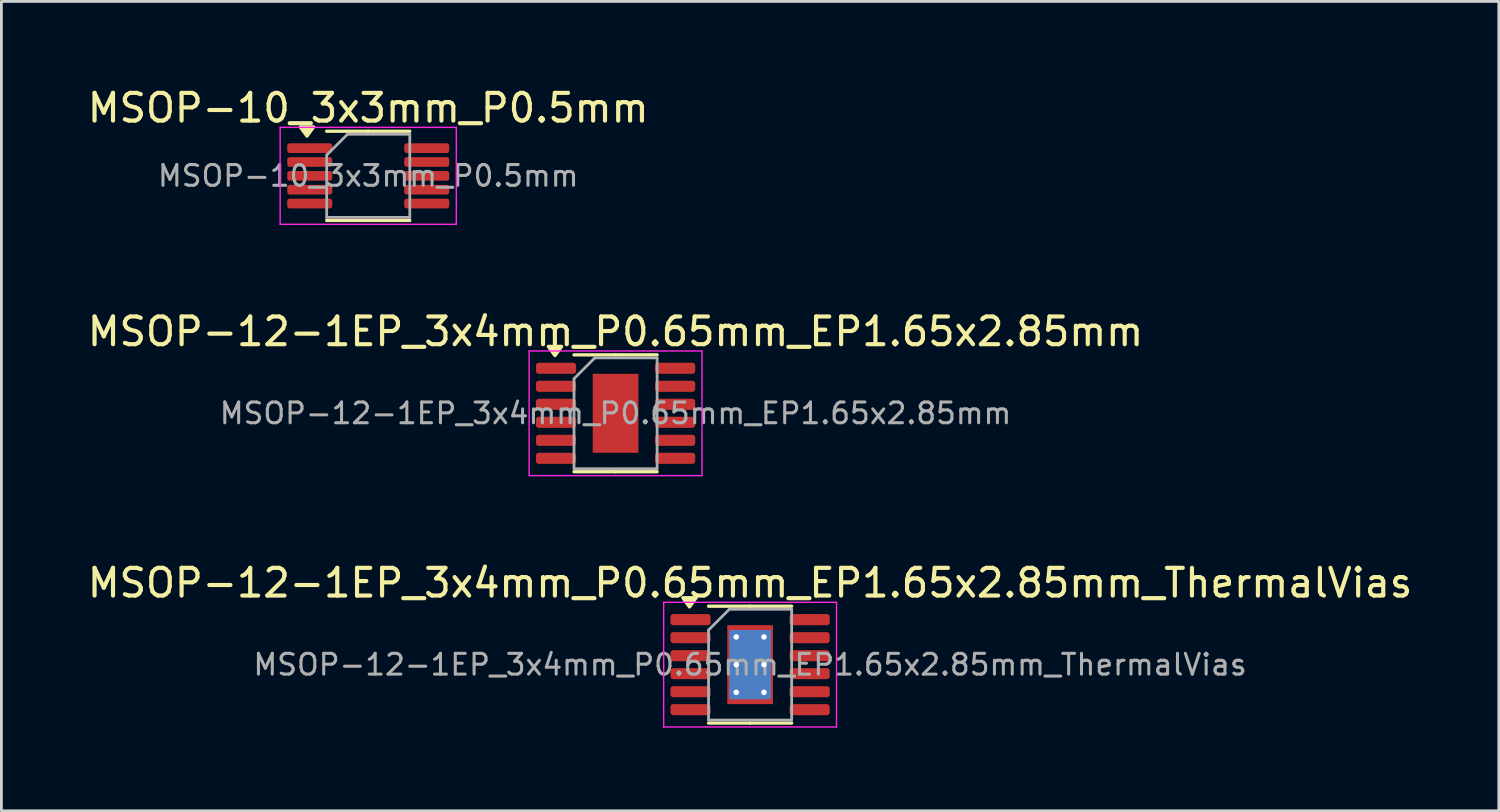
<source format=kicad_pcb>
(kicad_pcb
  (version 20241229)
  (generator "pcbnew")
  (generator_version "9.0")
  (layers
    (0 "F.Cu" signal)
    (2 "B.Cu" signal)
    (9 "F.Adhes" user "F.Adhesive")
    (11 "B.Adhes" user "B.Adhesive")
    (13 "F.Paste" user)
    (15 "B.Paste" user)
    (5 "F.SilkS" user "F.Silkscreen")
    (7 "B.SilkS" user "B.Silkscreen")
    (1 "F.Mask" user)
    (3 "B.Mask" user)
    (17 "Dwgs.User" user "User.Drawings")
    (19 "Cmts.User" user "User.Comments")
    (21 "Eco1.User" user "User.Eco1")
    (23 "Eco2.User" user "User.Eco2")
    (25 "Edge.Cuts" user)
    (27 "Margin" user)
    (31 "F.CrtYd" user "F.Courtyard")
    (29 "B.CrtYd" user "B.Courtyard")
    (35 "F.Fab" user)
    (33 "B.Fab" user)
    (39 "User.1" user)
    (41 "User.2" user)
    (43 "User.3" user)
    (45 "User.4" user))
  (footprint "MSOP-10_3x3mm_P0.5mm"
    (layer "F.Cu")
    (at 10.244 3.298)
    (property "Reference" "MSOP-10_3x3mm_P0.5mm" (at 0 -2.45 0) (layer "F.SilkS") (effects (font (size 1 1) (thickness 0.15))))
    (attr smd)
    (fp_line (start 0 -1.61) (end -1.5 -1.61) (stroke (width 0.12) (type solid)) (layer "F.SilkS"))
    (fp_line (start 0 -1.61) (end 1.5 -1.61) (stroke (width 0.12) (type solid)) (layer "F.SilkS"))
    (fp_line (start 0 1.61) (end -1.5 1.61) (stroke (width 0.12) (type solid)) (layer "F.SilkS"))
    (fp_line (start 0 1.61) (end 1.5 1.61) (stroke (width 0.12) (type solid)) (layer "F.SilkS"))
    (fp_poly (pts (xy -2.212 -1.435) (xy -2.453 -1.765) (xy -1.972 -1.765) (xy -2.212 -1.435)) (stroke (width 0.12) (type solid)) (fill yes) (layer "F.SilkS"))
    (fp_line (start -3.18 -1.75) (end -3.18 1.75) (stroke (width 0.05) (type solid)) (layer "F.CrtYd"))
    (fp_line (start -3.18 1.75) (end 3.18 1.75) (stroke (width 0.05) (type solid)) (layer "F.CrtYd"))
    (fp_line (start 3.18 -1.75) (end -3.18 -1.75) (stroke (width 0.05) (type solid)) (layer "F.CrtYd"))
    (fp_line (start 3.18 1.75) (end 3.18 -1.75) (stroke (width 0.05) (type solid)) (layer "F.CrtYd"))
    (fp_line (start -1.5 -0.75) (end -0.75 -1.5) (stroke (width 0.1) (type solid)) (layer "F.Fab"))
    (fp_line (start -1.5 1.5) (end -1.5 -0.75) (stroke (width 0.1) (type solid)) (layer "F.Fab"))
    (fp_line (start -0.75 -1.5) (end 1.5 -1.5) (stroke (width 0.1) (type solid)) (layer "F.Fab"))
    (fp_line (start 1.5 -1.5) (end 1.5 1.5) (stroke (width 0.1) (type solid)) (layer "F.Fab"))
    (fp_line (start 1.5 1.5) (end -1.5 1.5) (stroke (width 0.1) (type solid)) (layer "F.Fab"))
    (fp_text user "${REFERENCE}" (at 0 0 0) (layer "F.Fab") (effects (font (size 0.75 0.75) (thickness 0.11))))
    (pad "1" smd roundrect (at -2.112 -1) (size 1.625 0.35) (layers "F.Cu" "F.Mask" "F.Paste") (roundrect_rratio 0.25))
    (pad "2" smd roundrect (at -2.112 -0.5) (size 1.625 0.35) (layers "F.Cu" "F.Mask" "F.Paste") (roundrect_rratio 0.25))
    (pad "3" smd roundrect (at -2.112 0) (size 1.625 0.35) (layers "F.Cu" "F.Mask" "F.Paste") (roundrect_rratio 0.25))
    (pad "4" smd roundrect (at -2.112 0.5) (size 1.625 0.35) (layers "F.Cu" "F.Mask" "F.Paste") (roundrect_rratio 0.25))
    (pad "5" smd roundrect (at -2.112 1) (size 1.625 0.35) (layers "F.Cu" "F.Mask" "F.Paste") (roundrect_rratio 0.25))
    (pad "6" smd roundrect (at 2.112 1) (size 1.625 0.35) (layers "F.Cu" "F.Mask" "F.Paste") (roundrect_rratio 0.25))
    (pad "7" smd roundrect (at 2.112 0.5) (size 1.625 0.35) (layers "F.Cu" "F.Mask" "F.Paste") (roundrect_rratio 0.25))
    (pad "8" smd roundrect (at 2.112 0) (size 1.625 0.35) (layers "F.Cu" "F.Mask" "F.Paste") (roundrect_rratio 0.25))
    (pad "9" smd roundrect (at 2.112 -0.5) (size 1.625 0.35) (layers "F.Cu" "F.Mask" "F.Paste") (roundrect_rratio 0.25))
    (pad "10" smd roundrect (at 2.112 -1) (size 1.625 0.35) (layers "F.Cu" "F.Mask" "F.Paste") (roundrect_rratio 0.25)))
  (footprint "MSOP-12-1EP_3x4mm_P0.65mm_EP1.65x2.85mm_ThermalVias"
    (layer "F.Cu")
    (at 24.03 20.945)
    (property "Reference" "MSOP-12-1EP_3x4mm_P0.65mm_EP1.65x2.85mm_ThermalVias" (at 0 -2.95 0) (layer "F.SilkS") (effects (font (size 1 1) (thickness 0.15))))
    (attr smd)
    (fp_line (start 0 -2.11) (end -1.5 -2.11) (stroke (width 0.12) (type solid)) (layer "F.SilkS"))
    (fp_line (start 0 -2.11) (end 1.5 -2.11) (stroke (width 0.12) (type solid)) (layer "F.SilkS"))
    (fp_line (start 0 2.11) (end -1.5 2.11) (stroke (width 0.12) (type solid)) (layer "F.SilkS"))
    (fp_line (start 0 2.11) (end 1.5 2.11) (stroke (width 0.12) (type solid)) (layer "F.SilkS"))
    (fp_poly (pts (xy -2.188 -2.085) (xy -2.428 -2.415) (xy -1.948 -2.415) (xy -2.188 -2.085)) (stroke (width 0.12) (type solid)) (fill yes) (layer "F.SilkS"))
    (fp_line (start -3.12 -2.25) (end -3.12 2.25) (stroke (width 0.05) (type solid)) (layer "F.CrtYd"))
    (fp_line (start -3.12 2.25) (end 3.12 2.25) (stroke (width 0.05) (type solid)) (layer "F.CrtYd"))
    (fp_line (start 3.12 -2.25) (end -3.12 -2.25) (stroke (width 0.05) (type solid)) (layer "F.CrtYd"))
    (fp_line (start 3.12 2.25) (end 3.12 -2.25) (stroke (width 0.05) (type solid)) (layer "F.CrtYd"))
    (fp_line (start -1.5 -1.25) (end -0.75 -2) (stroke (width 0.1) (type solid)) (layer "F.Fab"))
    (fp_line (start -1.5 2) (end -1.5 -1.25) (stroke (width 0.1) (type solid)) (layer "F.Fab"))
    (fp_line (start -0.75 -2) (end 1.5 -2) (stroke (width 0.1) (type solid)) (layer "F.Fab"))
    (fp_line (start 1.5 -2) (end 1.5 2) (stroke (width 0.1) (type solid)) (layer "F.Fab"))
    (fp_line (start 1.5 2) (end -1.5 2) (stroke (width 0.1) (type solid)) (layer "F.Fab"))
    (fp_text user "${REFERENCE}" (at 0 0 0) (layer "F.Fab") (effects (font (size 0.75 0.75) (thickness 0.11))))
    (pad "" smd roundrect (at -0.41 -0.71) (size 0.69 1.19) (layers "F.Paste") (roundrect_rratio 0.25))
    (pad "" smd roundrect (at -0.41 0.71) (size 0.69 1.19) (layers "F.Paste") (roundrect_rratio 0.25))
    (pad "" smd roundrect (at 0.41 -0.71) (size 0.69 1.19) (layers "F.Paste") (roundrect_rratio 0.25))
    (pad "" smd roundrect (at 0.41 0.71) (size 0.69 1.19) (layers "F.Paste") (roundrect_rratio 0.25))
    (pad "1" smd roundrect (at -2.15 -1.625) (size 1.45 0.4) (layers "F.Cu" "F.Mask" "F.Paste") (roundrect_rratio 0.25))
    (pad "2" smd roundrect (at -2.15 -0.975) (size 1.45 0.4) (layers "F.Cu" "F.Mask" "F.Paste") (roundrect_rratio 0.25))
    (pad "3" smd roundrect (at -2.15 -0.325) (size 1.45 0.4) (layers "F.Cu" "F.Mask" "F.Paste") (roundrect_rratio 0.25))
    (pad "4" smd roundrect (at -2.15 0.325) (size 1.45 0.4) (layers "F.Cu" "F.Mask" "F.Paste") (roundrect_rratio 0.25))
    (pad "5" smd roundrect (at -2.15 0.975) (size 1.45 0.4) (layers "F.Cu" "F.Mask" "F.Paste") (roundrect_rratio 0.25))
    (pad "6" smd roundrect (at -2.15 1.625) (size 1.45 0.4) (layers "F.Cu" "F.Mask" "F.Paste") (roundrect_rratio 0.25))
    (pad "7" smd roundrect (at 2.15 1.625) (size 1.45 0.4) (layers "F.Cu" "F.Mask" "F.Paste") (roundrect_rratio 0.25))
    (pad "8" smd roundrect (at 2.15 0.975) (size 1.45 0.4) (layers "F.Cu" "F.Mask" "F.Paste") (roundrect_rratio 0.25))
    (pad "9" smd roundrect (at 2.15 0.325) (size 1.45 0.4) (layers "F.Cu" "F.Mask" "F.Paste") (roundrect_rratio 0.25))
    (pad "10" smd roundrect (at 2.15 -0.325) (size 1.45 0.4) (layers "F.Cu" "F.Mask" "F.Paste") (roundrect_rratio 0.25))
    (pad "11" smd roundrect (at 2.15 -0.975) (size 1.45 0.4) (layers "F.Cu" "F.Mask" "F.Paste") (roundrect_rratio 0.25))
    (pad "12" smd roundrect (at 2.15 -1.625) (size 1.45 0.4) (layers "F.Cu" "F.Mask" "F.Paste") (roundrect_rratio 0.25))
    (pad "13" thru_hole circle (at -0.5 -1) (size 0.5 0.5) (drill 0.2) (property pad_prop_heatsink) (layers "*.Cu"))
    (pad "13" thru_hole circle (at -0.5 0) (size 0.5 0.5) (drill 0.2) (property pad_prop_heatsink) (layers "*.Cu"))
    (pad "13" thru_hole circle (at -0.5 1) (size 0.5 0.5) (drill 0.2) (property pad_prop_heatsink) (layers "*.Cu"))
    (pad "13" smd rect (at 0 0) (size 1.5 2.5) (property pad_prop_heatsink) (layers "B.Cu"))
    (pad "13" smd rect (at 0 0) (size 1.65 2.85) (property pad_prop_heatsink) (layers "F.Cu" "F.Mask"))
    (pad "13" thru_hole circle (at 0.5 -1) (size 0.5 0.5) (drill 0.2) (property pad_prop_heatsink) (layers "*.Cu"))
    (pad "13" thru_hole circle (at 0.5 0) (size 0.5 0.5) (drill 0.2) (property pad_prop_heatsink) (layers "*.Cu"))
    (pad "13" thru_hole circle (at 0.5 1) (size 0.5 0.5) (drill 0.2) (property pad_prop_heatsink) (layers "*.Cu")))
  (footprint "MSOP-12-1EP_3x4mm_P0.65mm_EP1.65x2.85mm"
    (layer "F.Cu")
    (at 19.173 11.871)
    (property "Reference" "MSOP-12-1EP_3x4mm_P0.65mm_EP1.65x2.85mm" (at 0 -2.95 0) (layer "F.SilkS") (effects (font (size 1 1) (thickness 0.15))))
    (attr smd)
    (fp_line (start 0 -2.11) (end -1.5 -2.11) (stroke (width 0.12) (type solid)) (layer "F.SilkS"))
    (fp_line (start 0 -2.11) (end 1.5 -2.11) (stroke (width 0.12) (type solid)) (layer "F.SilkS"))
    (fp_line (start 0 2.11) (end -1.5 2.11) (stroke (width 0.12) (type solid)) (layer "F.SilkS"))
    (fp_line (start 0 2.11) (end 1.5 2.11) (stroke (width 0.12) (type solid)) (layer "F.SilkS"))
    (fp_poly (pts (xy -2.188 -2.085) (xy -2.428 -2.415) (xy -1.948 -2.415) (xy -2.188 -2.085)) (stroke (width 0.12) (type solid)) (fill yes) (layer "F.SilkS"))
    (fp_line (start -3.12 -2.25) (end -3.12 2.25) (stroke (width 0.05) (type solid)) (layer "F.CrtYd"))
    (fp_line (start -3.12 2.25) (end 3.12 2.25) (stroke (width 0.05) (type solid)) (layer "F.CrtYd"))
    (fp_line (start 3.12 -2.25) (end -3.12 -2.25) (stroke (width 0.05) (type solid)) (layer "F.CrtYd"))
    (fp_line (start 3.12 2.25) (end 3.12 -2.25) (stroke (width 0.05) (type solid)) (layer "F.CrtYd"))
    (fp_line (start -1.5 -1.25) (end -0.75 -2) (stroke (width 0.1) (type solid)) (layer "F.Fab"))
    (fp_line (start -1.5 2) (end -1.5 -1.25) (stroke (width 0.1) (type solid)) (layer "F.Fab"))
    (fp_line (start -0.75 -2) (end 1.5 -2) (stroke (width 0.1) (type solid)) (layer "F.Fab"))
    (fp_line (start 1.5 -2) (end 1.5 2) (stroke (width 0.1) (type solid)) (layer "F.Fab"))
    (fp_line (start 1.5 2) (end -1.5 2) (stroke (width 0.1) (type solid)) (layer "F.Fab"))
    (fp_text user "${REFERENCE}" (at 0 0 0) (layer "F.Fab") (effects (font (size 0.75 0.75) (thickness 0.11))))
    (pad "" smd roundrect (at -0.41 -0.71) (size 0.67 1.15) (layers "F.Paste") (roundrect_rratio 0.25))
    (pad "" smd roundrect (at -0.41 0.71) (size 0.67 1.15) (layers "F.Paste") (roundrect_rratio 0.25))
    (pad "" smd roundrect (at 0.41 -0.71) (size 0.67 1.15) (layers "F.Paste") (roundrect_rratio 0.25))
    (pad "" smd roundrect (at 0.41 0.71) (size 0.67 1.15) (layers "F.Paste") (roundrect_rratio 0.25))
    (pad "1" smd roundrect (at -2.15 -1.625) (size 1.45 0.4) (layers "F.Cu" "F.Mask" "F.Paste") (roundrect_rratio 0.25))
    (pad "2" smd roundrect (at -2.15 -0.975) (size 1.45 0.4) (layers "F.Cu" "F.Mask" "F.Paste") (roundrect_rratio 0.25))
    (pad "3" smd roundrect (at -2.15 -0.325) (size 1.45 0.4) (layers "F.Cu" "F.Mask" "F.Paste") (roundrect_rratio 0.25))
    (pad "4" smd roundrect (at -2.15 0.325) (size 1.45 0.4) (layers "F.Cu" "F.Mask" "F.Paste") (roundrect_rratio 0.25))
    (pad "5" smd roundrect (at -2.15 0.975) (size 1.45 0.4) (layers "F.Cu" "F.Mask" "F.Paste") (roundrect_rratio 0.25))
    (pad "6" smd roundrect (at -2.15 1.625) (size 1.45 0.4) (layers "F.Cu" "F.Mask" "F.Paste") (roundrect_rratio 0.25))
    (pad "7" smd roundrect (at 2.15 1.625) (size 1.45 0.4) (layers "F.Cu" "F.Mask" "F.Paste") (roundrect_rratio 0.25))
    (pad "8" smd roundrect (at 2.15 0.975) (size 1.45 0.4) (layers "F.Cu" "F.Mask" "F.Paste") (roundrect_rratio 0.25))
    (pad "9" smd roundrect (at 2.15 0.325) (size 1.45 0.4) (layers "F.Cu" "F.Mask" "F.Paste") (roundrect_rratio 0.25))
    (pad "10" smd roundrect (at 2.15 -0.325) (size 1.45 0.4) (layers "F.Cu" "F.Mask" "F.Paste") (roundrect_rratio 0.25))
    (pad "11" smd roundrect (at 2.15 -0.975) (size 1.45 0.4) (layers "F.Cu" "F.Mask" "F.Paste") (roundrect_rratio 0.25))
    (pad "12" smd roundrect (at 2.15 -1.625) (size 1.45 0.4) (layers "F.Cu" "F.Mask" "F.Paste") (roundrect_rratio 0.25))
    (pad "13" smd rect (at 0 0) (size 1.65 2.85) (property pad_prop_heatsink) (layers "F.Cu" "F.Mask")))
  (gr_rect
    (start -3 -3)
    (end 51.06 26.22)
    (stroke (width 0.1) (type default))
    (fill no)
    (layer "Edge.Cuts")))
</source>
